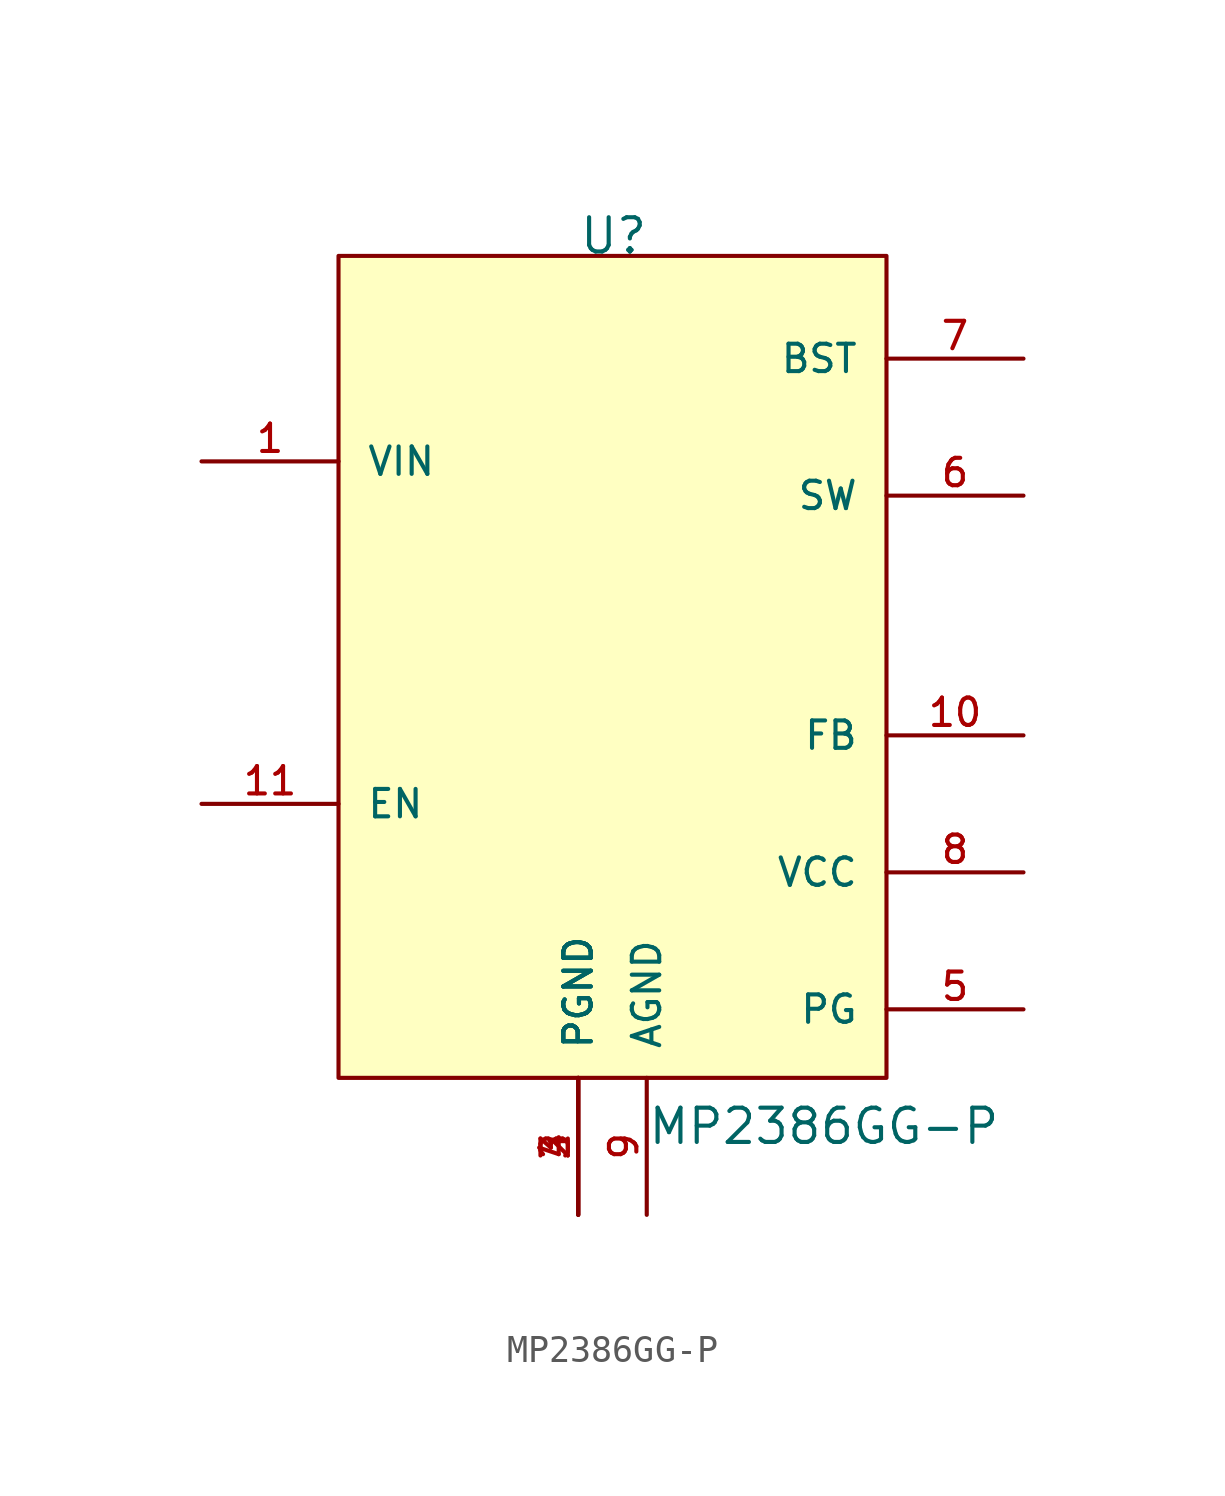
<source format=kicad_sym>
(kicad_symbol_lib
  (version 20220914)
  (generator kicad_symbol_editor)
  (symbol "MP2386GG-P"
    (pin_names
      (offset 1.016))
    (property "Reference" "U"
      (at -1.27 15.24 0)
      (effects (font (size 1.27 1.27)) (justify left bottom)))
    (property "Value" "MP2386GG-P"
      (at 1.27 -17.78 0)
      (effects (font (size 1.27 1.27)) (justify left bottom)))
    (symbol "MP2386GG-P_0_0"
      (rectangle (start -10.16 15.24) (end 10.16 -15.24) (stroke (width 0) (type default)) (fill (type background)))
      (pin power_in line (at -15.24 7.62 0) (length 5.08) (name "VIN" (effects (font (size 1.016 1.016)))) (number "1" (effects (font (size 1.016 1.016)))))
      (pin input line (at 15.24 -2.54 180) (length 5.08) (name "FB" (effects (font (size 1.016 1.016)))) (number "10" (effects (font (size 1.016 1.016)))))
      (pin input line (at -15.24 -5.08 0) (length 5.08) (name "EN" (effects (font (size 1.016 1.016)))) (number "11" (effects (font (size 1.016 1.016)))))
      (pin passive line (at -1.27 -20.32 90) (length 5.08) (name "PGND" (effects (font (size 1.016 1.016)))) (number "2" (effects (font (size 1.016 1.016)))))
      (pin passive line (at -1.27 -20.32 90) (length 5.08) (name "PGND" (effects (font (size 1.016 1.016)))) (number "3" (effects (font (size 1.016 1.016)))))
      (pin passive line (at -1.27 -20.32 90) (length 5.08) (name "PGND" (effects (font (size 1.016 1.016)))) (number "4" (effects (font (size 1.016 1.016)))))
      (pin output line (at 15.24 -12.7 180) (length 5.08) (name "PG" (effects (font (size 1.016 1.016)))) (number "5" (effects (font (size 1.016 1.016)))))
      (pin output line (at 15.24 6.35 180) (length 5.08) (name "SW" (effects (font (size 1.016 1.016)))) (number "6" (effects (font (size 1.016 1.016)))))
      (pin bidirectional line (at 15.24 11.43 180) (length 5.08) (name "BST" (effects (font (size 1.016 1.016)))) (number "7" (effects (font (size 1.016 1.016)))))
      (pin power_out line (at 15.24 -7.62 180) (length 5.08) (name "VCC" (effects (font (size 1.016 1.016)))) (number "8" (effects (font (size 1.016 1.016)))))
      (pin passive line (at 1.27 -20.32 90) (length 5.08) (name "AGND" (effects (font (size 1.016 1.016)))) (number "9" (effects (font (size 1.016 1.016))))))))
</source>
